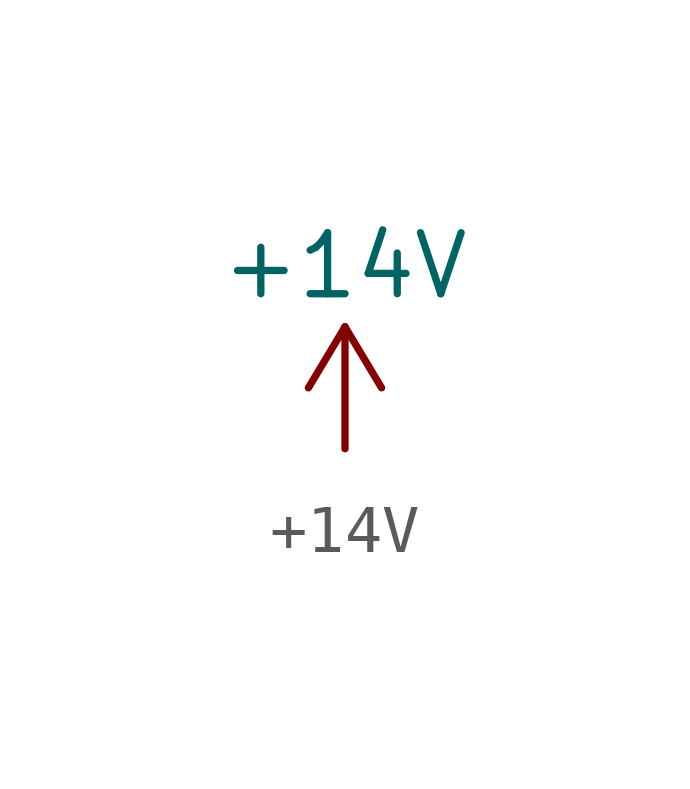
<source format=kicad_sym>
(kicad_symbol_lib
  (version 20211014)
  (generator kicad_symbol_editor)
  (symbol "+14V"
    (power)
    (property "Reference" "P"
      (at 0 0 0)
      (effects (font (size 1.27 1.27)) hide))
    (property "Value" "+14V"
      (at 0 3.81 0)
      (effects (font (size 1.27 1.27))))
    (symbol "+14V_0_1"
      (polyline (pts (xy -0.762 1.27) (xy 0 2.54)) (stroke (width 0) (type default) (color 0 0 0 0)) (fill (type none)))
      (polyline (pts (xy 0 0) (xy 0 2.54)) (stroke (width 0) (type default) (color 0 0 0 0)) (fill (type none)))
      (polyline (pts (xy 0 2.54) (xy 0.762 1.27)) (stroke (width 0) (type default) (color 0 0 0 0)) (fill (type none))))
    (symbol "+14V_1_1"
      (pin power_in line (at 0 0 90) (length 0) hide (name "+12V" (effects (font (size 1.27 1.27)))) (number "1" (effects (font (size 1.27 1.27))))))))
</source>
